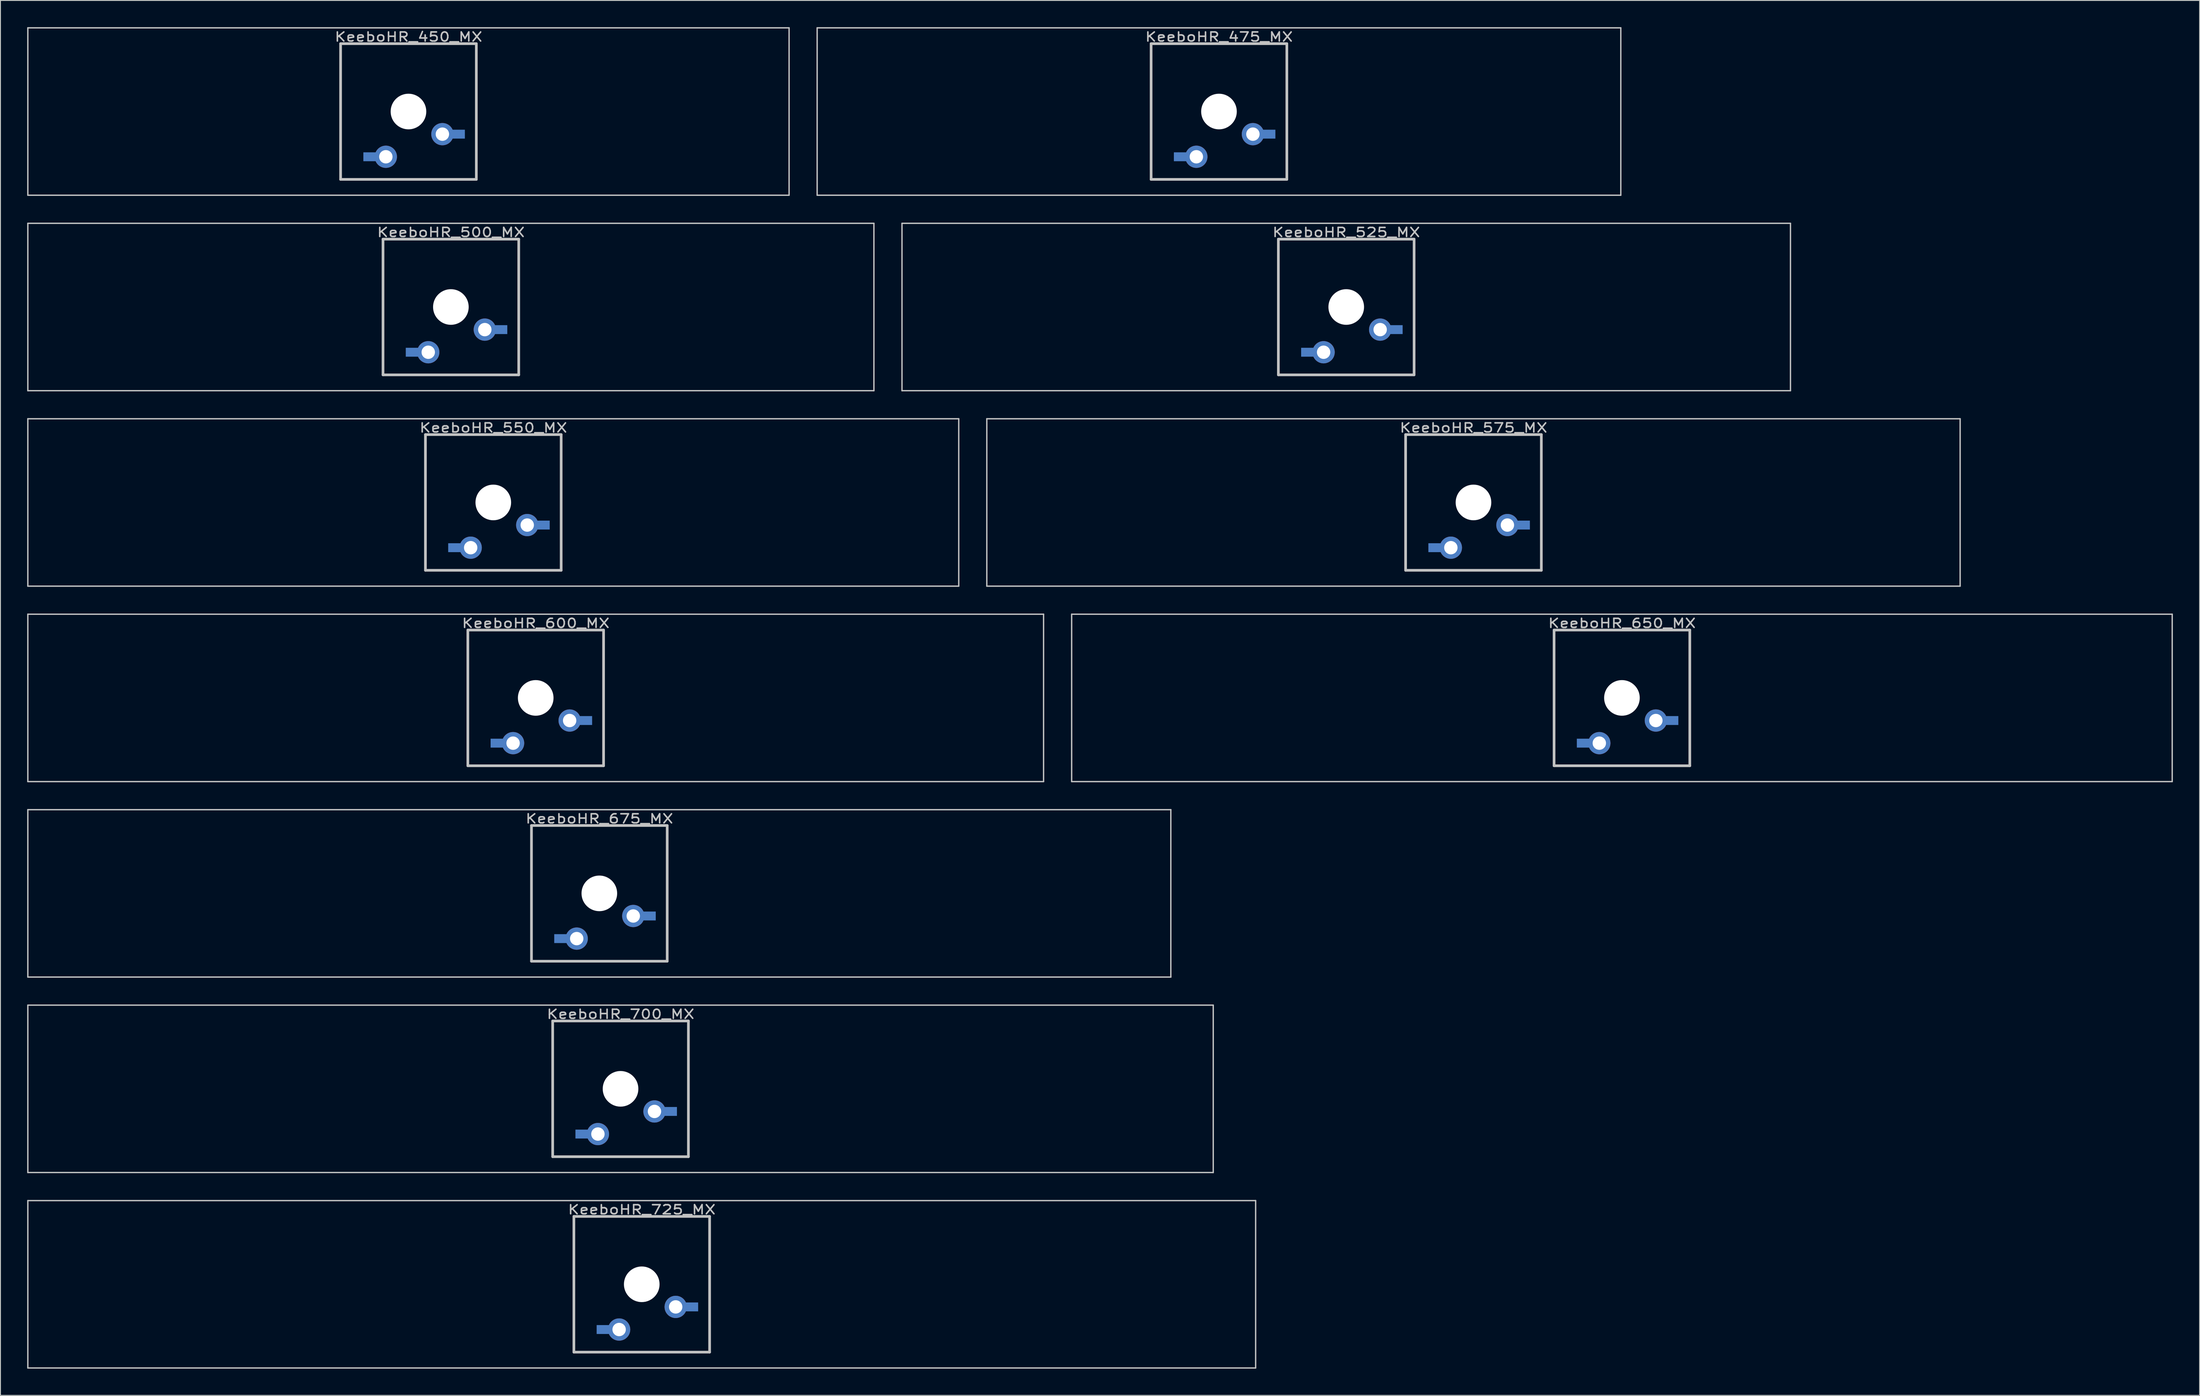
<source format=kicad_pcb>
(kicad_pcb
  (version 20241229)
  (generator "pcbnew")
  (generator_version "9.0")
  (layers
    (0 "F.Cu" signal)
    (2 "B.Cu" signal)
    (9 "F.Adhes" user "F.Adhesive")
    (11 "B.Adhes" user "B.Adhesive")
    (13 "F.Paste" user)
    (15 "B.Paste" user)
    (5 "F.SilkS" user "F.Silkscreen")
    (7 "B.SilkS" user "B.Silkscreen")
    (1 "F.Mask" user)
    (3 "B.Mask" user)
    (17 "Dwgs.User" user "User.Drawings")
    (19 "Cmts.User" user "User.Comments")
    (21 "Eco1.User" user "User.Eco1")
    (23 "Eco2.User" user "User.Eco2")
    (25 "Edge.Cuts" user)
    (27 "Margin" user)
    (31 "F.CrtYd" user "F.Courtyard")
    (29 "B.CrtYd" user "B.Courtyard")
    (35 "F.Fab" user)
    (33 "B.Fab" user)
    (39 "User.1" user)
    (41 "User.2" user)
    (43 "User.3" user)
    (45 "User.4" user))
  (footprint "KeeboHR_525_MX"
    (layer "B.Cu")
    (at 148.104 31.423)
    (property "Reference" "KeeboHR_525_MX" (at 0 -8.382 0) (layer "Dwgs.User") (effects (font (size 1.016 1.27) (thickness 0.178))))
    (attr through_hole)
    (fp_line (start -49.879 -9.398) (end 49.879 -9.398) (stroke (width 0.152) (type solid)) (layer "Dwgs.User"))
    (fp_line (start -49.879 9.398) (end -49.879 -9.398) (stroke (width 0.152) (type solid)) (layer "Dwgs.User"))
    (fp_line (start -7.62 -7.62) (end 7.62 -7.62) (stroke (width 0.3) (type solid)) (layer "Dwgs.User"))
    (fp_line (start -7.62 7.62) (end -7.62 -7.62) (stroke (width 0.3) (type solid)) (layer "Dwgs.User"))
    (fp_line (start 7.62 -7.62) (end 7.62 7.62) (stroke (width 0.3) (type solid)) (layer "Dwgs.User"))
    (fp_line (start 7.62 7.62) (end -7.62 7.62) (stroke (width 0.3) (type solid)) (layer "Dwgs.User"))
    (fp_line (start 49.879 -9.398) (end 49.879 9.398) (stroke (width 0.152) (type solid)) (layer "Dwgs.User"))
    (fp_line (start 49.879 9.398) (end -49.879 9.398) (stroke (width 0.152) (type solid)) (layer "Dwgs.User"))
    (pad "" np_thru_hole circle (at 0 0) (size 4 4) (drill 4) (layers "*.Cu" "*.Mask"))
    (pad "1" thru_hole circle (at 3.81 2.54) (size 2.5 2.5) (drill 1.5) (layers "*.Cu" "*.Mask"))
    (pad "1" smd rect (at 5.334 2.54) (size 2 1) (layers "B.Cu" "B.Mask"))
    (pad "2" smd rect (at -4.064 5.08) (size 2 1) (layers "B.Cu" "B.Mask"))
    (pad "2" thru_hole circle (at -2.54 5.08) (size 2.5 2.5) (drill 1.5) (layers "*.Cu" "*.Mask")))
  (footprint "KeeboHR_725_MX"
    (layer "B.Cu")
    (at 69.005 141.165)
    (property "Reference" "KeeboHR_725_MX" (at 0 -8.382 0) (layer "Dwgs.User") (effects (font (size 1.016 1.27) (thickness 0.178))))
    (attr through_hole)
    (fp_line (start -68.929 -9.398) (end 68.929 -9.398) (stroke (width 0.152) (type solid)) (layer "Dwgs.User"))
    (fp_line (start -68.929 9.398) (end -68.929 -9.398) (stroke (width 0.152) (type solid)) (layer "Dwgs.User"))
    (fp_line (start -7.62 -7.62) (end 7.62 -7.62) (stroke (width 0.3) (type solid)) (layer "Dwgs.User"))
    (fp_line (start -7.62 7.62) (end -7.62 -7.62) (stroke (width 0.3) (type solid)) (layer "Dwgs.User"))
    (fp_line (start 7.62 -7.62) (end 7.62 7.62) (stroke (width 0.3) (type solid)) (layer "Dwgs.User"))
    (fp_line (start 7.62 7.62) (end -7.62 7.62) (stroke (width 0.3) (type solid)) (layer "Dwgs.User"))
    (fp_line (start 68.929 -9.398) (end 68.929 9.398) (stroke (width 0.152) (type solid)) (layer "Dwgs.User"))
    (fp_line (start 68.929 9.398) (end -68.929 9.398) (stroke (width 0.152) (type solid)) (layer "Dwgs.User"))
    (pad "" np_thru_hole circle (at 0 0) (size 4 4) (drill 4) (layers "*.Cu" "*.Mask"))
    (pad "1" thru_hole circle (at 3.81 2.54) (size 2.5 2.5) (drill 1.5) (layers "*.Cu" "*.Mask"))
    (pad "1" smd rect (at 5.334 2.54) (size 2 1) (layers "B.Cu" "B.Mask"))
    (pad "2" smd rect (at -4.064 5.08) (size 2 1) (layers "B.Cu" "B.Mask"))
    (pad "2" thru_hole circle (at -2.54 5.08) (size 2.5 2.5) (drill 1.5) (layers "*.Cu" "*.Mask")))
  (footprint "KeeboHR_575_MX"
    (layer "B.Cu")
    (at 162.391 53.371)
    (property "Reference" "KeeboHR_575_MX" (at 0 -8.382 0) (layer "Dwgs.User") (effects (font (size 1.016 1.27) (thickness 0.178))))
    (attr through_hole)
    (fp_line (start -54.642 -9.398) (end 54.642 -9.398) (stroke (width 0.152) (type solid)) (layer "Dwgs.User"))
    (fp_line (start -54.642 9.398) (end -54.642 -9.398) (stroke (width 0.152) (type solid)) (layer "Dwgs.User"))
    (fp_line (start -7.62 -7.62) (end 7.62 -7.62) (stroke (width 0.3) (type solid)) (layer "Dwgs.User"))
    (fp_line (start -7.62 7.62) (end -7.62 -7.62) (stroke (width 0.3) (type solid)) (layer "Dwgs.User"))
    (fp_line (start 7.62 -7.62) (end 7.62 7.62) (stroke (width 0.3) (type solid)) (layer "Dwgs.User"))
    (fp_line (start 7.62 7.62) (end -7.62 7.62) (stroke (width 0.3) (type solid)) (layer "Dwgs.User"))
    (fp_line (start 54.642 -9.398) (end 54.642 9.398) (stroke (width 0.152) (type solid)) (layer "Dwgs.User"))
    (fp_line (start 54.642 9.398) (end -54.642 9.398) (stroke (width 0.152) (type solid)) (layer "Dwgs.User"))
    (pad "" np_thru_hole circle (at 0 0) (size 4 4) (drill 4) (layers "*.Cu" "*.Mask"))
    (pad "1" thru_hole circle (at 3.81 2.54) (size 2.5 2.5) (drill 1.5) (layers "*.Cu" "*.Mask"))
    (pad "1" smd rect (at 5.334 2.54) (size 2 1) (layers "B.Cu" "B.Mask"))
    (pad "2" smd rect (at -4.064 5.08) (size 2 1) (layers "B.Cu" "B.Mask"))
    (pad "2" thru_hole circle (at -2.54 5.08) (size 2.5 2.5) (drill 1.5) (layers "*.Cu" "*.Mask")))
  (footprint "KeeboHR_500_MX"
    (layer "B.Cu")
    (at 47.574 31.423)
    (property "Reference" "KeeboHR_500_MX" (at 0 -8.382 0) (layer "Dwgs.User") (effects (font (size 1.016 1.27) (thickness 0.178))))
    (attr through_hole)
    (fp_line (start -47.498 -9.398) (end 47.498 -9.398) (stroke (width 0.152) (type solid)) (layer "Dwgs.User"))
    (fp_line (start -47.498 9.398) (end -47.498 -9.398) (stroke (width 0.152) (type solid)) (layer "Dwgs.User"))
    (fp_line (start -7.62 -7.62) (end 7.62 -7.62) (stroke (width 0.3) (type solid)) (layer "Dwgs.User"))
    (fp_line (start -7.62 7.62) (end -7.62 -7.62) (stroke (width 0.3) (type solid)) (layer "Dwgs.User"))
    (fp_line (start 7.62 -7.62) (end 7.62 7.62) (stroke (width 0.3) (type solid)) (layer "Dwgs.User"))
    (fp_line (start 7.62 7.62) (end -7.62 7.62) (stroke (width 0.3) (type solid)) (layer "Dwgs.User"))
    (fp_line (start 47.498 -9.398) (end 47.498 9.398) (stroke (width 0.152) (type solid)) (layer "Dwgs.User"))
    (fp_line (start 47.498 9.398) (end -47.498 9.398) (stroke (width 0.152) (type solid)) (layer "Dwgs.User"))
    (pad "" np_thru_hole circle (at 0 0) (size 4 4) (drill 4) (layers "*.Cu" "*.Mask"))
    (pad "1" thru_hole circle (at 3.81 2.54) (size 2.5 2.5) (drill 1.5) (layers "*.Cu" "*.Mask"))
    (pad "1" smd rect (at 5.334 2.54) (size 2 1) (layers "B.Cu" "B.Mask"))
    (pad "2" smd rect (at -4.064 5.08) (size 2 1) (layers "B.Cu" "B.Mask"))
    (pad "2" thru_hole circle (at -2.54 5.08) (size 2.5 2.5) (drill 1.5) (layers "*.Cu" "*.Mask")))
  (footprint "KeeboHR_600_MX"
    (layer "B.Cu")
    (at 57.099 75.319)
    (property "Reference" "KeeboHR_600_MX" (at 0 -8.382 0) (layer "Dwgs.User") (effects (font (size 1.016 1.27) (thickness 0.178))))
    (attr through_hole)
    (fp_line (start -57.023 -9.398) (end 57.023 -9.398) (stroke (width 0.152) (type solid)) (layer "Dwgs.User"))
    (fp_line (start -57.023 9.398) (end -57.023 -9.398) (stroke (width 0.152) (type solid)) (layer "Dwgs.User"))
    (fp_line (start -7.62 -7.62) (end 7.62 -7.62) (stroke (width 0.3) (type solid)) (layer "Dwgs.User"))
    (fp_line (start -7.62 7.62) (end -7.62 -7.62) (stroke (width 0.3) (type solid)) (layer "Dwgs.User"))
    (fp_line (start 7.62 -7.62) (end 7.62 7.62) (stroke (width 0.3) (type solid)) (layer "Dwgs.User"))
    (fp_line (start 7.62 7.62) (end -7.62 7.62) (stroke (width 0.3) (type solid)) (layer "Dwgs.User"))
    (fp_line (start 57.023 -9.398) (end 57.023 9.398) (stroke (width 0.152) (type solid)) (layer "Dwgs.User"))
    (fp_line (start 57.023 9.398) (end -57.023 9.398) (stroke (width 0.152) (type solid)) (layer "Dwgs.User"))
    (pad "" np_thru_hole circle (at 0 0) (size 4 4) (drill 4) (layers "*.Cu" "*.Mask"))
    (pad "1" thru_hole circle (at 3.81 2.54) (size 2.5 2.5) (drill 1.5) (layers "*.Cu" "*.Mask"))
    (pad "1" smd rect (at 5.334 2.54) (size 2 1) (layers "B.Cu" "B.Mask"))
    (pad "2" smd rect (at -4.064 5.08) (size 2 1) (layers "B.Cu" "B.Mask"))
    (pad "2" thru_hole circle (at -2.54 5.08) (size 2.5 2.5) (drill 1.5) (layers "*.Cu" "*.Mask")))
  (footprint "KeeboHR_450_MX"
    (layer "B.Cu")
    (at 42.812 9.474)
    (property "Reference" "KeeboHR_450_MX" (at 0 -8.382 0) (layer "Dwgs.User") (effects (font (size 1.016 1.27) (thickness 0.178))))
    (attr through_hole)
    (fp_line (start -42.736 -9.398) (end 42.736 -9.398) (stroke (width 0.152) (type solid)) (layer "Dwgs.User"))
    (fp_line (start -42.736 9.398) (end -42.736 -9.398) (stroke (width 0.152) (type solid)) (layer "Dwgs.User"))
    (fp_line (start -7.62 -7.62) (end 7.62 -7.62) (stroke (width 0.3) (type solid)) (layer "Dwgs.User"))
    (fp_line (start -7.62 7.62) (end -7.62 -7.62) (stroke (width 0.3) (type solid)) (layer "Dwgs.User"))
    (fp_line (start 7.62 -7.62) (end 7.62 7.62) (stroke (width 0.3) (type solid)) (layer "Dwgs.User"))
    (fp_line (start 7.62 7.62) (end -7.62 7.62) (stroke (width 0.3) (type solid)) (layer "Dwgs.User"))
    (fp_line (start 42.736 -9.398) (end 42.736 9.398) (stroke (width 0.152) (type solid)) (layer "Dwgs.User"))
    (fp_line (start 42.736 9.398) (end -42.736 9.398) (stroke (width 0.152) (type solid)) (layer "Dwgs.User"))
    (pad "" np_thru_hole circle (at 0 0) (size 4 4) (drill 4) (layers "*.Cu" "*.Mask"))
    (pad "1" thru_hole circle (at 3.81 2.54) (size 2.5 2.5) (drill 1.5) (layers "*.Cu" "*.Mask"))
    (pad "1" smd rect (at 5.334 2.54) (size 2 1) (layers "B.Cu" "B.Mask"))
    (pad "2" smd rect (at -4.064 5.08) (size 2 1) (layers "B.Cu" "B.Mask"))
    (pad "2" thru_hole circle (at -2.54 5.08) (size 2.5 2.5) (drill 1.5) (layers "*.Cu" "*.Mask")))
  (footprint "KeeboHR_650_MX"
    (layer "B.Cu")
    (at 179.06 75.319)
    (property "Reference" "KeeboHR_650_MX" (at 0 -8.382 0) (layer "Dwgs.User") (effects (font (size 1.016 1.27) (thickness 0.178))))
    (attr through_hole)
    (fp_line (start -61.785 -9.398) (end 61.785 -9.398) (stroke (width 0.152) (type solid)) (layer "Dwgs.User"))
    (fp_line (start -61.785 9.398) (end -61.785 -9.398) (stroke (width 0.152) (type solid)) (layer "Dwgs.User"))
    (fp_line (start -7.62 -7.62) (end 7.62 -7.62) (stroke (width 0.3) (type solid)) (layer "Dwgs.User"))
    (fp_line (start -7.62 7.62) (end -7.62 -7.62) (stroke (width 0.3) (type solid)) (layer "Dwgs.User"))
    (fp_line (start 7.62 -7.62) (end 7.62 7.62) (stroke (width 0.3) (type solid)) (layer "Dwgs.User"))
    (fp_line (start 7.62 7.62) (end -7.62 7.62) (stroke (width 0.3) (type solid)) (layer "Dwgs.User"))
    (fp_line (start 61.785 -9.398) (end 61.785 9.398) (stroke (width 0.152) (type solid)) (layer "Dwgs.User"))
    (fp_line (start 61.785 9.398) (end -61.785 9.398) (stroke (width 0.152) (type solid)) (layer "Dwgs.User"))
    (pad "" np_thru_hole circle (at 0 0) (size 4 4) (drill 4) (layers "*.Cu" "*.Mask"))
    (pad "1" thru_hole circle (at 3.81 2.54) (size 2.5 2.5) (drill 1.5) (layers "*.Cu" "*.Mask"))
    (pad "1" smd rect (at 5.334 2.54) (size 2 1) (layers "B.Cu" "B.Mask"))
    (pad "2" smd rect (at -4.064 5.08) (size 2 1) (layers "B.Cu" "B.Mask"))
    (pad "2" thru_hole circle (at -2.54 5.08) (size 2.5 2.5) (drill 1.5) (layers "*.Cu" "*.Mask")))
  (footprint "KeeboHR_700_MX"
    (layer "B.Cu")
    (at 66.624 119.216)
    (property "Reference" "KeeboHR_700_MX" (at 0 -8.382 0) (layer "Dwgs.User") (effects (font (size 1.016 1.27) (thickness 0.178))))
    (attr through_hole)
    (fp_line (start -66.548 -9.398) (end 66.548 -9.398) (stroke (width 0.152) (type solid)) (layer "Dwgs.User"))
    (fp_line (start -66.548 9.398) (end -66.548 -9.398) (stroke (width 0.152) (type solid)) (layer "Dwgs.User"))
    (fp_line (start -7.62 -7.62) (end 7.62 -7.62) (stroke (width 0.3) (type solid)) (layer "Dwgs.User"))
    (fp_line (start -7.62 7.62) (end -7.62 -7.62) (stroke (width 0.3) (type solid)) (layer "Dwgs.User"))
    (fp_line (start 7.62 -7.62) (end 7.62 7.62) (stroke (width 0.3) (type solid)) (layer "Dwgs.User"))
    (fp_line (start 7.62 7.62) (end -7.62 7.62) (stroke (width 0.3) (type solid)) (layer "Dwgs.User"))
    (fp_line (start 66.548 -9.398) (end 66.548 9.398) (stroke (width 0.152) (type solid)) (layer "Dwgs.User"))
    (fp_line (start 66.548 9.398) (end -66.548 9.398) (stroke (width 0.152) (type solid)) (layer "Dwgs.User"))
    (pad "" np_thru_hole circle (at 0 0) (size 4 4) (drill 4) (layers "*.Cu" "*.Mask"))
    (pad "1" thru_hole circle (at 3.81 2.54) (size 2.5 2.5) (drill 1.5) (layers "*.Cu" "*.Mask"))
    (pad "1" smd rect (at 5.334 2.54) (size 2 1) (layers "B.Cu" "B.Mask"))
    (pad "2" smd rect (at -4.064 5.08) (size 2 1) (layers "B.Cu" "B.Mask"))
    (pad "2" thru_hole circle (at -2.54 5.08) (size 2.5 2.5) (drill 1.5) (layers "*.Cu" "*.Mask")))
  (footprint "KeeboHR_550_MX"
    (layer "B.Cu")
    (at 52.337 53.371)
    (property "Reference" "KeeboHR_550_MX" (at 0 -8.382 0) (layer "Dwgs.User") (effects (font (size 1.016 1.27) (thickness 0.178))))
    (attr through_hole)
    (fp_line (start -52.261 -9.398) (end 52.261 -9.398) (stroke (width 0.152) (type solid)) (layer "Dwgs.User"))
    (fp_line (start -52.261 9.398) (end -52.261 -9.398) (stroke (width 0.152) (type solid)) (layer "Dwgs.User"))
    (fp_line (start -7.62 -7.62) (end 7.62 -7.62) (stroke (width 0.3) (type solid)) (layer "Dwgs.User"))
    (fp_line (start -7.62 7.62) (end -7.62 -7.62) (stroke (width 0.3) (type solid)) (layer "Dwgs.User"))
    (fp_line (start 7.62 -7.62) (end 7.62 7.62) (stroke (width 0.3) (type solid)) (layer "Dwgs.User"))
    (fp_line (start 7.62 7.62) (end -7.62 7.62) (stroke (width 0.3) (type solid)) (layer "Dwgs.User"))
    (fp_line (start 52.261 -9.398) (end 52.261 9.398) (stroke (width 0.152) (type solid)) (layer "Dwgs.User"))
    (fp_line (start 52.261 9.398) (end -52.261 9.398) (stroke (width 0.152) (type solid)) (layer "Dwgs.User"))
    (pad "" np_thru_hole circle (at 0 0) (size 4 4) (drill 4) (layers "*.Cu" "*.Mask"))
    (pad "1" thru_hole circle (at 3.81 2.54) (size 2.5 2.5) (drill 1.5) (layers "*.Cu" "*.Mask"))
    (pad "1" smd rect (at 5.334 2.54) (size 2 1) (layers "B.Cu" "B.Mask"))
    (pad "2" smd rect (at -4.064 5.08) (size 2 1) (layers "B.Cu" "B.Mask"))
    (pad "2" thru_hole circle (at -2.54 5.08) (size 2.5 2.5) (drill 1.5) (layers "*.Cu" "*.Mask")))
  (footprint "KeeboHR_675_MX"
    (layer "B.Cu")
    (at 64.243 97.268)
    (property "Reference" "KeeboHR_675_MX" (at 0 -8.382 0) (layer "Dwgs.User") (effects (font (size 1.016 1.27) (thickness 0.178))))
    (attr through_hole)
    (fp_line (start -64.167 -9.398) (end 64.167 -9.398) (stroke (width 0.152) (type solid)) (layer "Dwgs.User"))
    (fp_line (start -64.167 9.398) (end -64.167 -9.398) (stroke (width 0.152) (type solid)) (layer "Dwgs.User"))
    (fp_line (start -7.62 -7.62) (end 7.62 -7.62) (stroke (width 0.3) (type solid)) (layer "Dwgs.User"))
    (fp_line (start -7.62 7.62) (end -7.62 -7.62) (stroke (width 0.3) (type solid)) (layer "Dwgs.User"))
    (fp_line (start 7.62 -7.62) (end 7.62 7.62) (stroke (width 0.3) (type solid)) (layer "Dwgs.User"))
    (fp_line (start 7.62 7.62) (end -7.62 7.62) (stroke (width 0.3) (type solid)) (layer "Dwgs.User"))
    (fp_line (start 64.167 -9.398) (end 64.167 9.398) (stroke (width 0.152) (type solid)) (layer "Dwgs.User"))
    (fp_line (start 64.167 9.398) (end -64.167 9.398) (stroke (width 0.152) (type solid)) (layer "Dwgs.User"))
    (pad "" np_thru_hole circle (at 0 0) (size 4 4) (drill 4) (layers "*.Cu" "*.Mask"))
    (pad "1" thru_hole circle (at 3.81 2.54) (size 2.5 2.5) (drill 1.5) (layers "*.Cu" "*.Mask"))
    (pad "1" smd rect (at 5.334 2.54) (size 2 1) (layers "B.Cu" "B.Mask"))
    (pad "2" smd rect (at -4.064 5.08) (size 2 1) (layers "B.Cu" "B.Mask"))
    (pad "2" thru_hole circle (at -2.54 5.08) (size 2.5 2.5) (drill 1.5) (layers "*.Cu" "*.Mask")))
  (footprint "KeeboHR_475_MX"
    (layer "B.Cu")
    (at 133.816 9.474)
    (property "Reference" "KeeboHR_475_MX" (at 0 -8.382 0) (layer "Dwgs.User") (effects (font (size 1.016 1.27) (thickness 0.178))))
    (attr through_hole)
    (fp_line (start -45.117 -9.398) (end 45.117 -9.398) (stroke (width 0.152) (type solid)) (layer "Dwgs.User"))
    (fp_line (start -45.117 9.398) (end -45.117 -9.398) (stroke (width 0.152) (type solid)) (layer "Dwgs.User"))
    (fp_line (start -7.62 -7.62) (end 7.62 -7.62) (stroke (width 0.3) (type solid)) (layer "Dwgs.User"))
    (fp_line (start -7.62 7.62) (end -7.62 -7.62) (stroke (width 0.3) (type solid)) (layer "Dwgs.User"))
    (fp_line (start 7.62 -7.62) (end 7.62 7.62) (stroke (width 0.3) (type solid)) (layer "Dwgs.User"))
    (fp_line (start 7.62 7.62) (end -7.62 7.62) (stroke (width 0.3) (type solid)) (layer "Dwgs.User"))
    (fp_line (start 45.117 -9.398) (end 45.117 9.398) (stroke (width 0.152) (type solid)) (layer "Dwgs.User"))
    (fp_line (start 45.117 9.398) (end -45.117 9.398) (stroke (width 0.152) (type solid)) (layer "Dwgs.User"))
    (pad "" np_thru_hole circle (at 0 0) (size 4 4) (drill 4) (layers "*.Cu" "*.Mask"))
    (pad "1" thru_hole circle (at 3.81 2.54) (size 2.5 2.5) (drill 1.5) (layers "*.Cu" "*.Mask"))
    (pad "1" smd rect (at 5.334 2.54) (size 2 1) (layers "B.Cu" "B.Mask"))
    (pad "2" smd rect (at -4.064 5.08) (size 2 1) (layers "B.Cu" "B.Mask"))
    (pad "2" thru_hole circle (at -2.54 5.08) (size 2.5 2.5) (drill 1.5) (layers "*.Cu" "*.Mask")))
  (gr_rect
    (start -3 -3)
    (end 243.922 153.639)
    (stroke (width 0.1) (type default))
    (fill no)
    (layer "Edge.Cuts")))
</source>
